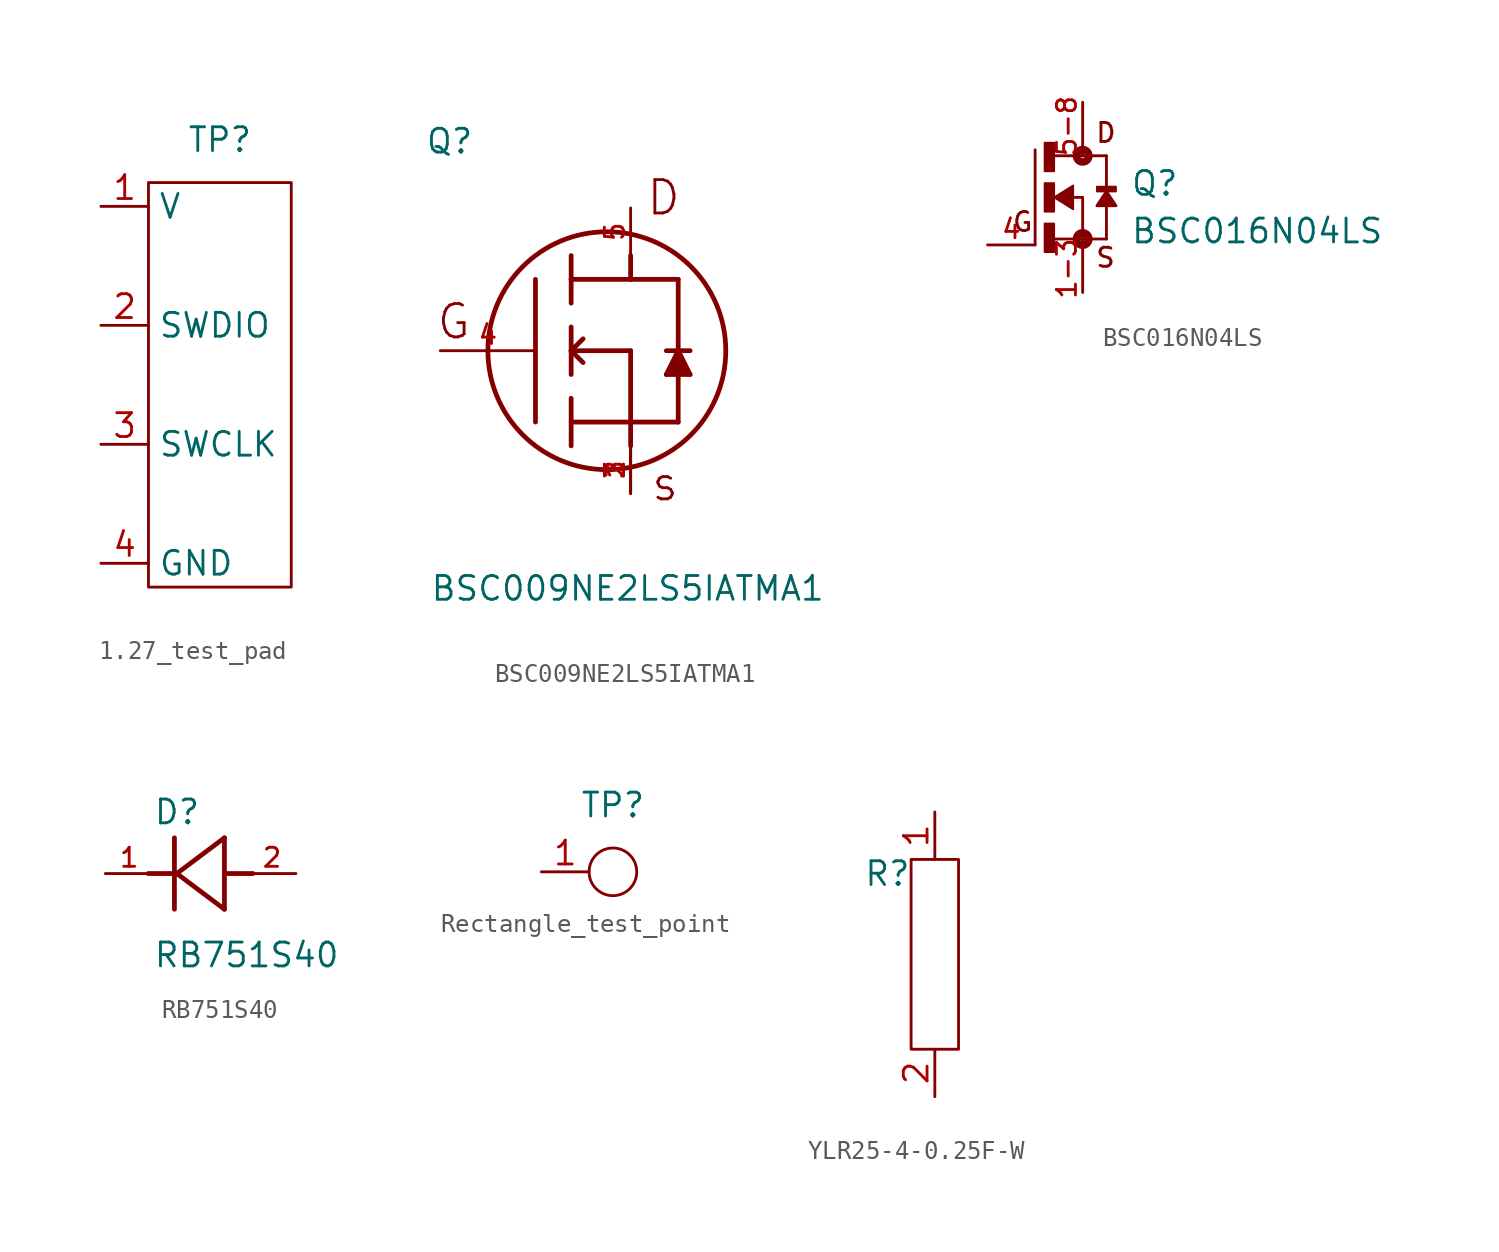
<source format=kicad_sym>
(kicad_symbol_lib
  (version 20241209)
  (generator "kicad_symbol_editor")
  (generator_version "9.0")
  (symbol "1.27_test_pad"
    (property "Reference" "TP"
      (at 0 12.446 0)
      (effects (font (size 1.27 1.27))))
    (property "Value" ""
      (at 0 0 0)
      (effects (font (size 1.27 1.27))))
    (symbol "1.27_test_pad_0_1"
      (rectangle (start -3.81 10.16) (end 3.81 -11.43) (stroke (width 0) (type default)) (fill (type none))))
    (symbol "1.27_test_pad_1_1"
      (pin input line (at -6.35 8.89 0) (length 2.54) (name "V" (effects (font (size 1.27 1.27)))) (number "1" (effects (font (size 1.27 1.27)))))
      (pin input line (at -6.35 2.54 0) (length 2.54) (name "SWDIO" (effects (font (size 1.27 1.27)))) (number "2" (effects (font (size 1.27 1.27)))))
      (pin input line (at -6.35 -3.81 0) (length 2.54) (name "SWCLK" (effects (font (size 1.27 1.27)))) (number "3" (effects (font (size 1.27 1.27)))))
      (pin input line (at -6.35 -10.16 0) (length 2.54) (name "GND" (effects (font (size 1.27 1.27)))) (number "4" (effects (font (size 1.27 1.27)))))))
  (symbol "BSC009NE2LS5IATMA1"
    (pin_names
      (offset 1.016))
    (property "Reference" "Q"
      (at -8.436 10.44 0)
      (effects (font (size 1.27 1.27)) (justify left bottom)))
    (property "Value" "BSC009NE2LS5IATMA1"
      (at -8.178 -13.434 0)
      (effects (font (size 1.27 1.27)) (justify left bottom)))
    (symbol "BSC009NE2LS5IATMA1_0_0"
      (polyline (pts (xy -2.54 3.81) (xy -2.54 -3.81)) (stroke (width 0.254) (type default)) (fill (type none)))
      (polyline (pts (xy -0.635 5.08) (xy -0.635 3.81)) (stroke (width 0.254) (type default)) (fill (type none)))
      (polyline (pts (xy -0.635 3.81) (xy -0.635 2.54)) (stroke (width 0.254) (type default)) (fill (type none)))
      (polyline (pts (xy -0.635 3.81) (xy 2.54 3.81)) (stroke (width 0.254) (type default)) (fill (type none)))
      (polyline (pts (xy -0.635 1.27) (xy -0.635 0)) (stroke (width 0.254) (type default)) (fill (type none)))
      (polyline (pts (xy -0.635 0) (xy -0.635 -1.27)) (stroke (width 0.254) (type default)) (fill (type none)))
      (polyline (pts (xy -0.635 0) (xy 0 0.635)) (stroke (width 0.254) (type default)) (fill (type none)))
      (polyline (pts (xy -0.635 0) (xy 0 -0.635)) (stroke (width 0.254) (type default)) (fill (type none)))
      (polyline (pts (xy -0.635 0) (xy 2.54 0)) (stroke (width 0.254) (type default)) (fill (type none)))
      (polyline (pts (xy -0.635 -2.54) (xy -0.635 -5.08)) (stroke (width 0.254) (type default)) (fill (type none)))
      (polyline (pts (xy -0.635 -3.81) (xy 5.08 -3.81)) (stroke (width 0.254) (type default)) (fill (type none)))
      (circle (center 1.27 0) (radius 6.35) (stroke (width 0.254) (type default)) (fill (type none)))
      (polyline (pts (xy 2.54 3.81) (xy 2.54 5.08)) (stroke (width 0.254) (type default)) (fill (type none)))
      (polyline (pts (xy 2.54 3.81) (xy 5.08 3.81)) (stroke (width 0.254) (type default)) (fill (type none)))
      (polyline (pts (xy 2.54 0) (xy 2.54 -5.08)) (stroke (width 0.254) (type default)) (fill (type none)))
      (polyline (pts (xy 4.445 0) (xy 5.08 0)) (stroke (width 0.254) (type default)) (fill (type none)))
      (polyline (pts (xy 4.445 -1.27) (xy 5.08 -1.27)) (stroke (width 0.254) (type default)) (fill (type none)))
      (polyline (pts (xy 4.628 -1.078) (xy 4.785 -0.921)) (stroke (width 0.254) (type default)) (fill (type none)))
      (polyline (pts (xy 4.785 -0.921) (xy 4.881 -0.921)) (stroke (width 0.254) (type default)) (fill (type none)))
      (polyline (pts (xy 4.866 -1.078) (xy 4.628 -1.078)) (stroke (width 0.254) (type default)) (fill (type none)))
      (polyline (pts (xy 4.894 -1.106) (xy 4.866 -1.078)) (stroke (width 0.254) (type default)) (fill (type none)))
      (polyline (pts (xy 4.908 -0.553) (xy 4.908 -1.092)) (stroke (width 0.254) (type default)) (fill (type none)))
      (polyline (pts (xy 4.908 -1.092) (xy 4.894 -1.106)) (stroke (width 0.254) (type default)) (fill (type none)))
      (polyline (pts (xy 4.976 -0.621) (xy 4.908 -0.553)) (stroke (width 0.254) (type default)) (fill (type none)))
      (polyline (pts (xy 5.08 3.81) (xy 5.08 0)) (stroke (width 0.254) (type default)) (fill (type none)))
      (polyline (pts (xy 5.08 0) (xy 4.445 -1.27)) (stroke (width 0.254) (type default)) (fill (type none)))
      (polyline (pts (xy 5.08 0) (xy 5.715 0)) (stroke (width 0.254) (type default)) (fill (type none)))
      (polyline (pts (xy 5.08 -1.27) (xy 5.715 -1.27)) (stroke (width 0.254) (type default)) (fill (type none)))
      (polyline (pts (xy 5.08 -3.81) (xy 5.08 -1.27)) (stroke (width 0.254) (type default)) (fill (type none)))
      (polyline (pts (xy 5.086 -0.328) (xy 5.086 -1.12)) (stroke (width 0.254) (type default)) (fill (type none)))
      (polyline (pts (xy 5.086 -1.12) (xy 5.099 -1.133)) (stroke (width 0.254) (type default)) (fill (type none)))
      (polyline (pts (xy 5.099 -1.133) (xy 5.502 -1.133)) (stroke (width 0.254) (type default)) (fill (type none)))
      (polyline (pts (xy 5.215 -0.628) (xy 5.222 -0.621)) (stroke (width 0.254) (type default)) (fill (type none)))
      (polyline (pts (xy 5.215 -0.819) (xy 5.215 -0.628)) (stroke (width 0.254) (type default)) (fill (type none)))
      (polyline (pts (xy 5.222 -0.621) (xy 4.976 -0.621)) (stroke (width 0.254) (type default)) (fill (type none)))
      (polyline (pts (xy 5.502 -1.106) (xy 5.215 -0.819)) (stroke (width 0.254) (type default)) (fill (type none)))
      (polyline (pts (xy 5.502 -1.133) (xy 5.502 -1.106)) (stroke (width 0.254) (type default)) (fill (type none)))
      (polyline (pts (xy 5.715 -1.27) (xy 5.08 0)) (stroke (width 0.254) (type default)) (fill (type none)))
      (text "G" (at -7.895 0.509 0) (effects (font (size 1.783 1.783)) (justify left bottom)))
      (text "D" (at 3.309 7.127 0) (effects (font (size 1.782 1.782)) (justify left bottom)))
      (text "s" (at 3.559 -8.135 0) (effects (font (size 1.78 1.78)) (justify left bottom)))
      (pin passive line (at -7.62 0 0) (length 5.08) (name "~" (effects (font (size 1.016 1.016)))) (number "4" (effects (font (size 1.016 1.016)))))
      (pin passive line (at 2.54 7.62 270) (length 2.54) (name "~" (effects (font (size 1.016 1.016)))) (number "5" (effects (font (size 1.016 1.016)))))
      (pin passive line (at 2.54 -7.62 90) (length 2.54) (name "~" (effects (font (size 1.016 1.016)))) (number "1" (effects (font (size 1.016 1.016)))))
      (pin passive line (at 2.54 -7.62 90) (length 2.54) (name "~" (effects (font (size 1.016 1.016)))) (number "2" (effects (font (size 1.016 1.016)))))
      (pin passive line (at 2.54 -7.62 90) (length 2.54) (name "~" (effects (font (size 1.016 1.016)))) (number "3" (effects (font (size 1.016 1.016)))))))
  (symbol "BSC016N04LS"
    (pin_names
      (offset 1.016))
    (property "Reference" "Q"
      (at 2.54 0 0)
      (effects (font (size 1.27 1.27)) (justify left bottom)))
    (property "Value" "BSC016N04LS"
      (at 2.54 -2.54 0)
      (effects (font (size 1.27 1.27)) (justify left bottom)))
    (symbol "BSC016N04LS_0_0"
      (polyline (pts (xy -2.54 -2.54) (xy -2.54 2.54)) (stroke (width 0.152) (type default)) (fill (type none)))
      (rectangle (start -2.032 1.397) (end -1.524 2.921) (stroke (width 0.1) (type default)) (fill (type outline)))
      (rectangle (start -2.032 -0.762) (end -1.524 0.762) (stroke (width 0.1) (type default)) (fill (type outline)))
      (rectangle (start -2.032 -2.921) (end -1.524 -1.397) (stroke (width 0.1) (type default)) (fill (type outline)))
      (polyline (pts (xy -1.587 2.223) (xy 0 2.223)) (stroke (width 0.152) (type default)) (fill (type none)))
      (polyline (pts (xy -1.587 -2.223) (xy 0 -2.223)) (stroke (width 0.152) (type default)) (fill (type none)))
      (polyline (pts (xy -1.524 0) (xy -0.508 0.635) (xy -0.508 -0.635) (xy -1.524 0)) (stroke (width 0.102) (type default)) (fill (type outline)))
      (polyline (pts (xy -0.508 0) (xy 0 0)) (stroke (width 0.152) (type default)) (fill (type none)))
      (polyline (pts (xy 0 2.54) (xy 0 2.223)) (stroke (width 0.152) (type default)) (fill (type none)))
      (circle (center 0 2.223) (radius 0.127) (stroke (width 0.406) (type default)) (fill (type none)))
      (polyline (pts (xy 0 2.223) (xy 1.27 2.223)) (stroke (width 0.152) (type default)) (fill (type none)))
      (polyline (pts (xy 0 0) (xy 0 -2.223)) (stroke (width 0.152) (type default)) (fill (type none)))
      (polyline (pts (xy 0 -2.223) (xy 0 -2.54)) (stroke (width 0.152) (type default)) (fill (type none)))
      (circle (center 0 -2.223) (radius 0.127) (stroke (width 0.406) (type default)) (fill (type none)))
      (rectangle (start 0.762 0.318) (end 1.778 0.572) (stroke (width 0.1) (type default)) (fill (type outline)))
      (polyline (pts (xy 1.27 2.223) (xy 1.27 -2.223)) (stroke (width 0.152) (type default)) (fill (type none)))
      (polyline (pts (xy 1.27 0.318) (xy 0.762 -0.445) (xy 1.778 -0.445) (xy 1.27 0.318)) (stroke (width 0.152) (type default)) (fill (type outline)))
      (polyline (pts (xy 1.27 -2.223) (xy 0 -2.223)) (stroke (width 0.152) (type default)) (fill (type none)))
      (text "G" (at -3.81 -1.905 0) (effects (font (size 1.016 1.016)) (justify left bottom)))
      (text "D" (at 0.635 2.857 0) (effects (font (size 1.016 1.016)) (justify left bottom)))
      (text "S" (at 0.635 -3.81 0) (effects (font (size 1.016 1.016)) (justify left bottom)))
      (pin passive line (at -5.08 -2.54 0) (length 2.54) (name "~" (effects (font (size 1.016 1.016)))) (number "4" (effects (font (size 1.016 1.016))))))
    (symbol "BSC016N04LS_1_0"
      (pin passive line (at 0 5.08 270) (length 2.54) (name "~" (effects (font (size 1.016 1.016)))) (number "5-8" (effects (font (size 1.016 1.016)))))
      (pin passive line (at 0 -5.08 90) (length 2.54) (name "~" (effects (font (size 1.016 1.016)))) (number "1-3" (effects (font (size 1.016 1.016)))))))
  (symbol "RB751S40"
    (pin_names
      (offset 1.016))
    (property "Reference" "D"
      (at -2.541 2.541 0)
      (effects (font (size 1.27 1.27)) (justify left bottom)))
    (property "Value" "RB751S40"
      (at -2.544 -5.088 0)
      (effects (font (size 1.27 1.27)) (justify left bottom)))
    (symbol "RB751S40_0_0"
      (polyline (pts (xy -1.397 0) (xy -2.794 0)) (stroke (width 0.254) (type default)) (fill (type none)))
      (polyline (pts (xy -1.397 -1.905) (xy -1.397 1.905)) (stroke (width 0.254) (type default)) (fill (type none)))
      (polyline (pts (xy -1.27 0) (xy 1.27 -1.905)) (stroke (width 0.254) (type default)) (fill (type none)))
      (polyline (pts (xy 1.27 1.905) (xy -1.27 0)) (stroke (width 0.254) (type default)) (fill (type none)))
      (polyline (pts (xy 1.27 -1.905) (xy 1.27 1.905)) (stroke (width 0.254) (type default)) (fill (type none)))
      (polyline (pts (xy 1.397 0) (xy 2.794 0)) (stroke (width 0.254) (type default)) (fill (type none)))
      (pin passive line (at -5.08 0 0) (length 2.54) (name "~" (effects (font (size 1.016 1.016)))) (number "1" (effects (font (size 1.016 1.016)))))
      (pin passive line (at 5.08 0 180) (length 2.54) (name "~" (effects (font (size 1.016 1.016)))) (number "2" (effects (font (size 1.016 1.016)))))))
  (symbol "Rectangle_test_point"
    (property "Reference" "TP"
      (at 0 3.556 0)
      (effects (font (size 1.27 1.27))))
    (property "Value" ""
      (at 0 0 0)
      (effects (font (size 1.27 1.27))))
    (symbol "Rectangle_test_point_0_1"
      (circle (center 0 0) (radius 1.27) (stroke (width 0) (type default)) (fill (type none))))
    (symbol "Rectangle_test_point_1_1"
      (pin input line (at -3.81 0 0) (length 2.54) (name "" (effects (font (size 1.27 1.27)))) (number "1" (effects (font (size 1.27 1.27)))))))
  (symbol "YLR25-4-0.25F-W"
    (property "Reference" "R"
      (at -2.54 4.318 0)
      (effects (font (size 1.27 1.27))))
    (property "Value" ""
      (at 0 0 0)
      (effects (font (size 1.27 1.27))))
    (symbol "YLR25-4-0.25F-W_0_1"
      (rectangle (start -1.27 5.08) (end 1.27 -5.08) (stroke (width 0) (type default)) (fill (type none))))
    (symbol "YLR25-4-0.25F-W_1_1"
      (pin passive line (at 0 7.62 270) (length 2.54) (name "" (effects (font (size 1.27 1.27)))) (number "1" (effects (font (size 1.27 1.27)))))
      (pin passive line (at 0 -7.62 90) (length 2.54) (name "" (effects (font (size 1.27 1.27)))) (number "2" (effects (font (size 1.27 1.27))))))))
</source>
